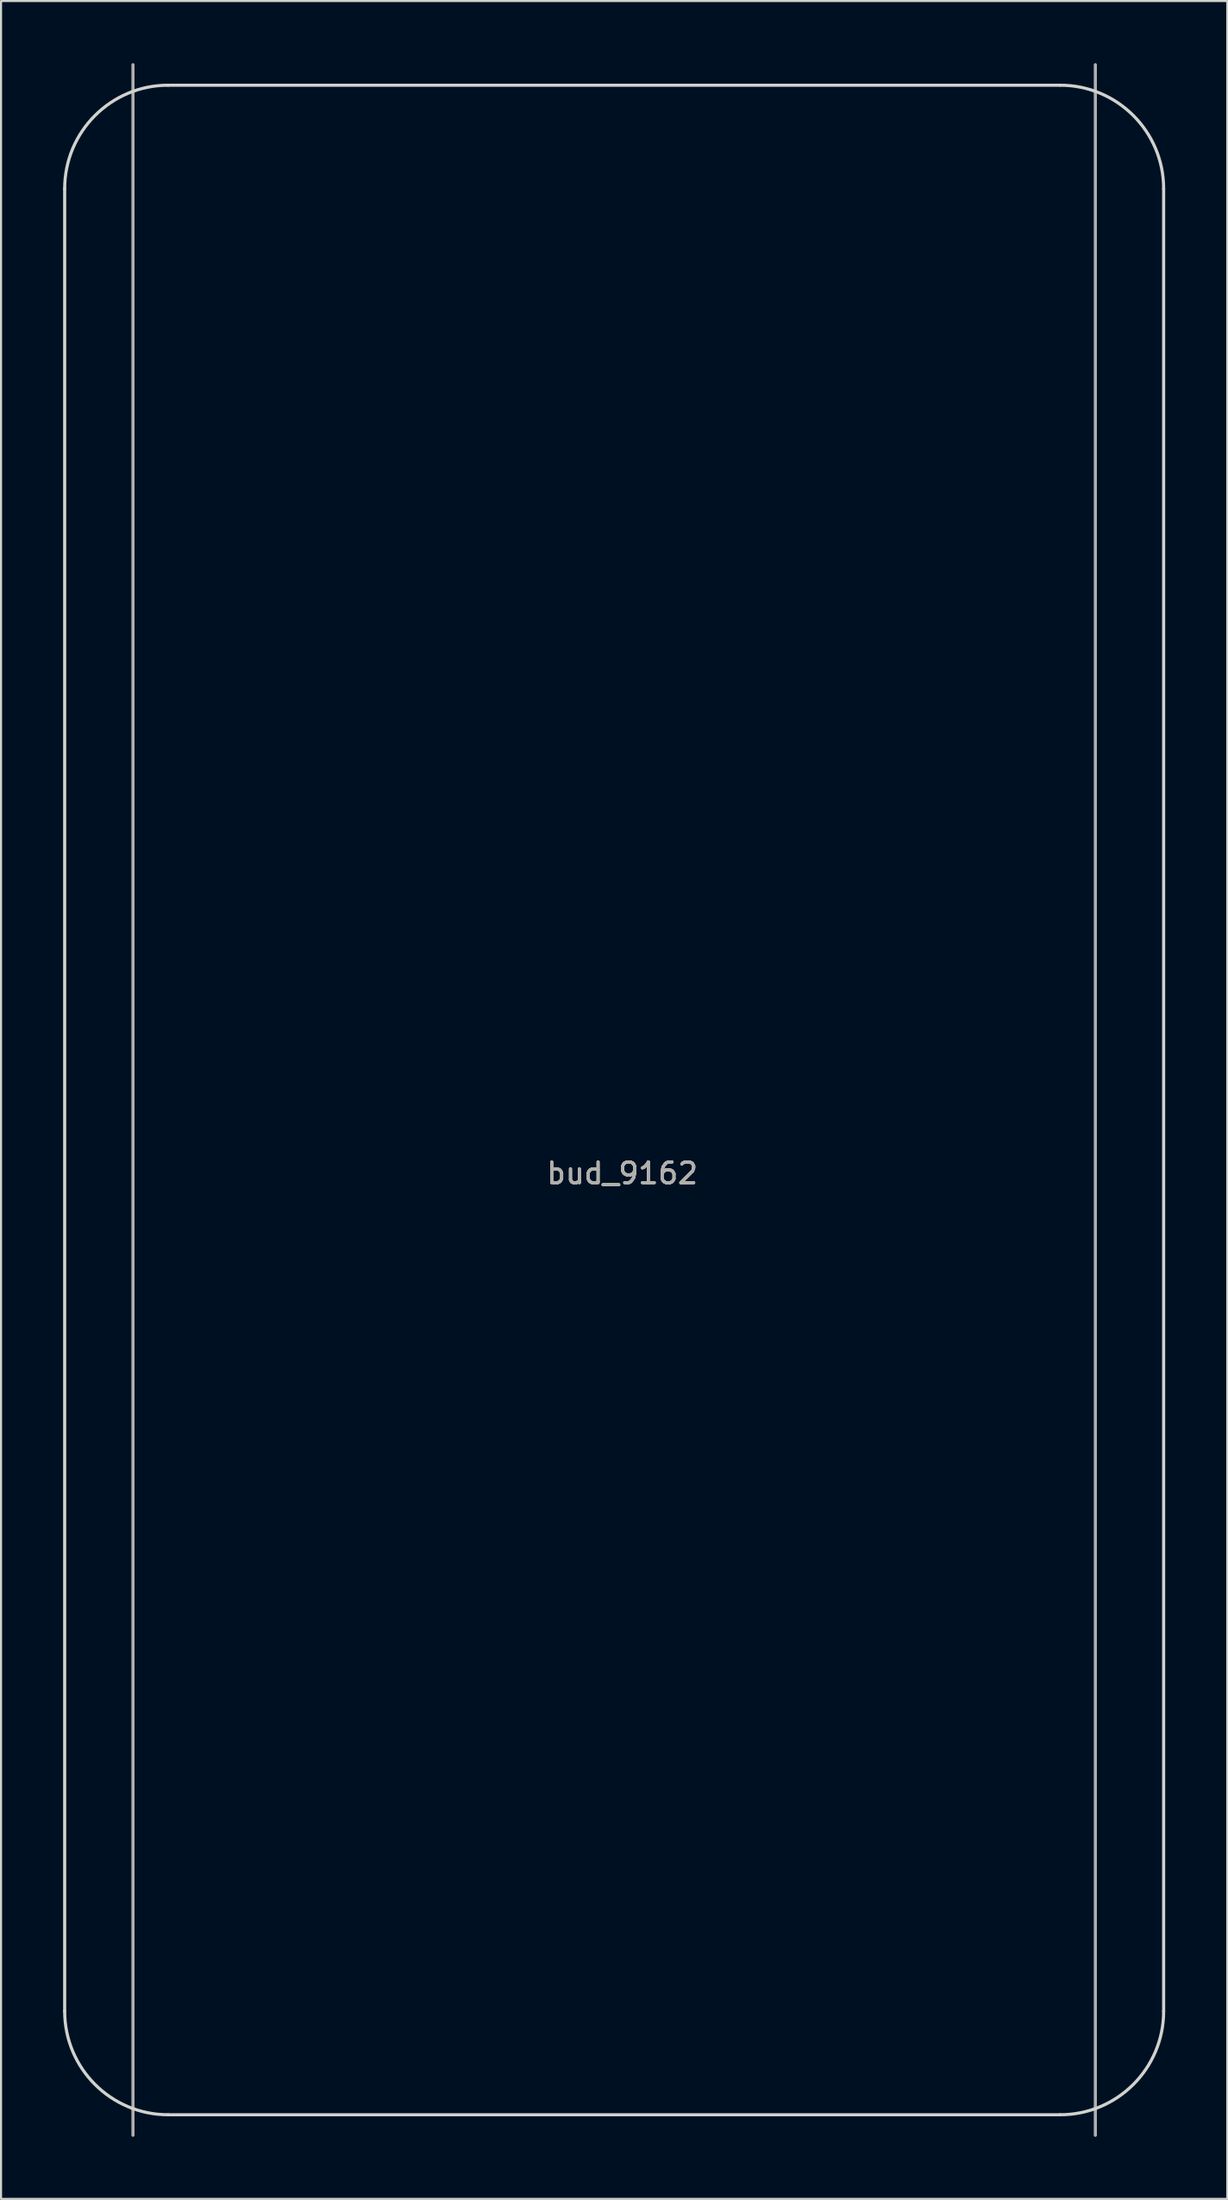
<source format=kicad_pcb>
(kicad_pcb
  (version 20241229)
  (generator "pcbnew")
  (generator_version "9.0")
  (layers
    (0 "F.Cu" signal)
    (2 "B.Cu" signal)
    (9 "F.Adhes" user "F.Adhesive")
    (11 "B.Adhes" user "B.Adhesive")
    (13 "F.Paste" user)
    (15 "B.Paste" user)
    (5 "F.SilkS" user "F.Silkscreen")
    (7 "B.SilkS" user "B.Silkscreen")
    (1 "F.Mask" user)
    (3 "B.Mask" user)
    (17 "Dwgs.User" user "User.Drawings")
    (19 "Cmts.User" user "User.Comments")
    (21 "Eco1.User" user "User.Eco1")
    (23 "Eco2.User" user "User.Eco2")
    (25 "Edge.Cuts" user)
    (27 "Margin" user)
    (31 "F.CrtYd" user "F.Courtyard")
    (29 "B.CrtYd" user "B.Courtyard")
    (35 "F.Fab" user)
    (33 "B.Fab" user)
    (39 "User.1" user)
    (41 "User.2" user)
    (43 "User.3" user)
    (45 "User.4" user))
  (footprint "bud_9162"
    (layer "F.Cu")
    (at 27.015 52.615)
    (property "Reference" "bud_9162" (at 0 1 0) (layer "F.SilkS") (effects (font (size 1 1) (thickness 0.15))))
    (attr smd)
    (fp_line (start -26.94 41.469) (end -26.94 -46.549) (stroke (width 0.15) (type solid)) (layer "Edge.Cuts"))
    (fp_line (start -21.94 -51.549) (end 21.16 -51.549) (stroke (width 0.15) (type solid)) (layer "Edge.Cuts"))
    (fp_line (start 21.16 46.469) (end -21.94 46.469) (stroke (width 0.15) (type solid)) (layer "Edge.Cuts"))
    (fp_line (start 26.16 -46.549) (end 26.16 41.469) (stroke (width 0.15) (type solid)) (layer "Edge.Cuts"))
    (fp_arc (start -26.94 -46.5494) (mid -25.475534 -50.084934) (end -21.94 -51.5494) (stroke (width 0.15) (type solid)) (layer "Edge.Cuts"))
    (fp_arc (start -21.94 46.4694) (mid -25.475534 45.004934) (end -26.94 41.4694) (stroke (width 0.15) (type solid)) (layer "Edge.Cuts"))
    (fp_arc (start 21.16 -51.5494) (mid 24.695534 -50.084934) (end 26.16 -46.5494) (stroke (width 0.15) (type solid)) (layer "Edge.Cuts"))
    (fp_arc (start 26.16 41.4694) (mid 24.695534 45.004934) (end 21.16 46.4694) (stroke (width 0.15) (type solid)) (layer "Edge.Cuts"))
    (fp_line (start -23.64 -52.54) (end -23.64 47.46) (stroke (width 0.15) (type solid)) (layer "F.Fab"))
    (fp_line (start 22.86 47.46) (end 22.86 -52.54) (stroke (width 0.15) (type solid)) (layer "F.Fab"))
    (fp_text user "${REFERENCE}" (at 0 1 0) (layer "F.Fab") (effects (font (size 1 1) (thickness 0.15)))))
  (gr_rect
    (start -3 -3)
    (end 56.25 103.15)
    (stroke (width 0.1) (type default))
    (fill no)
    (layer "Edge.Cuts")))
</source>
